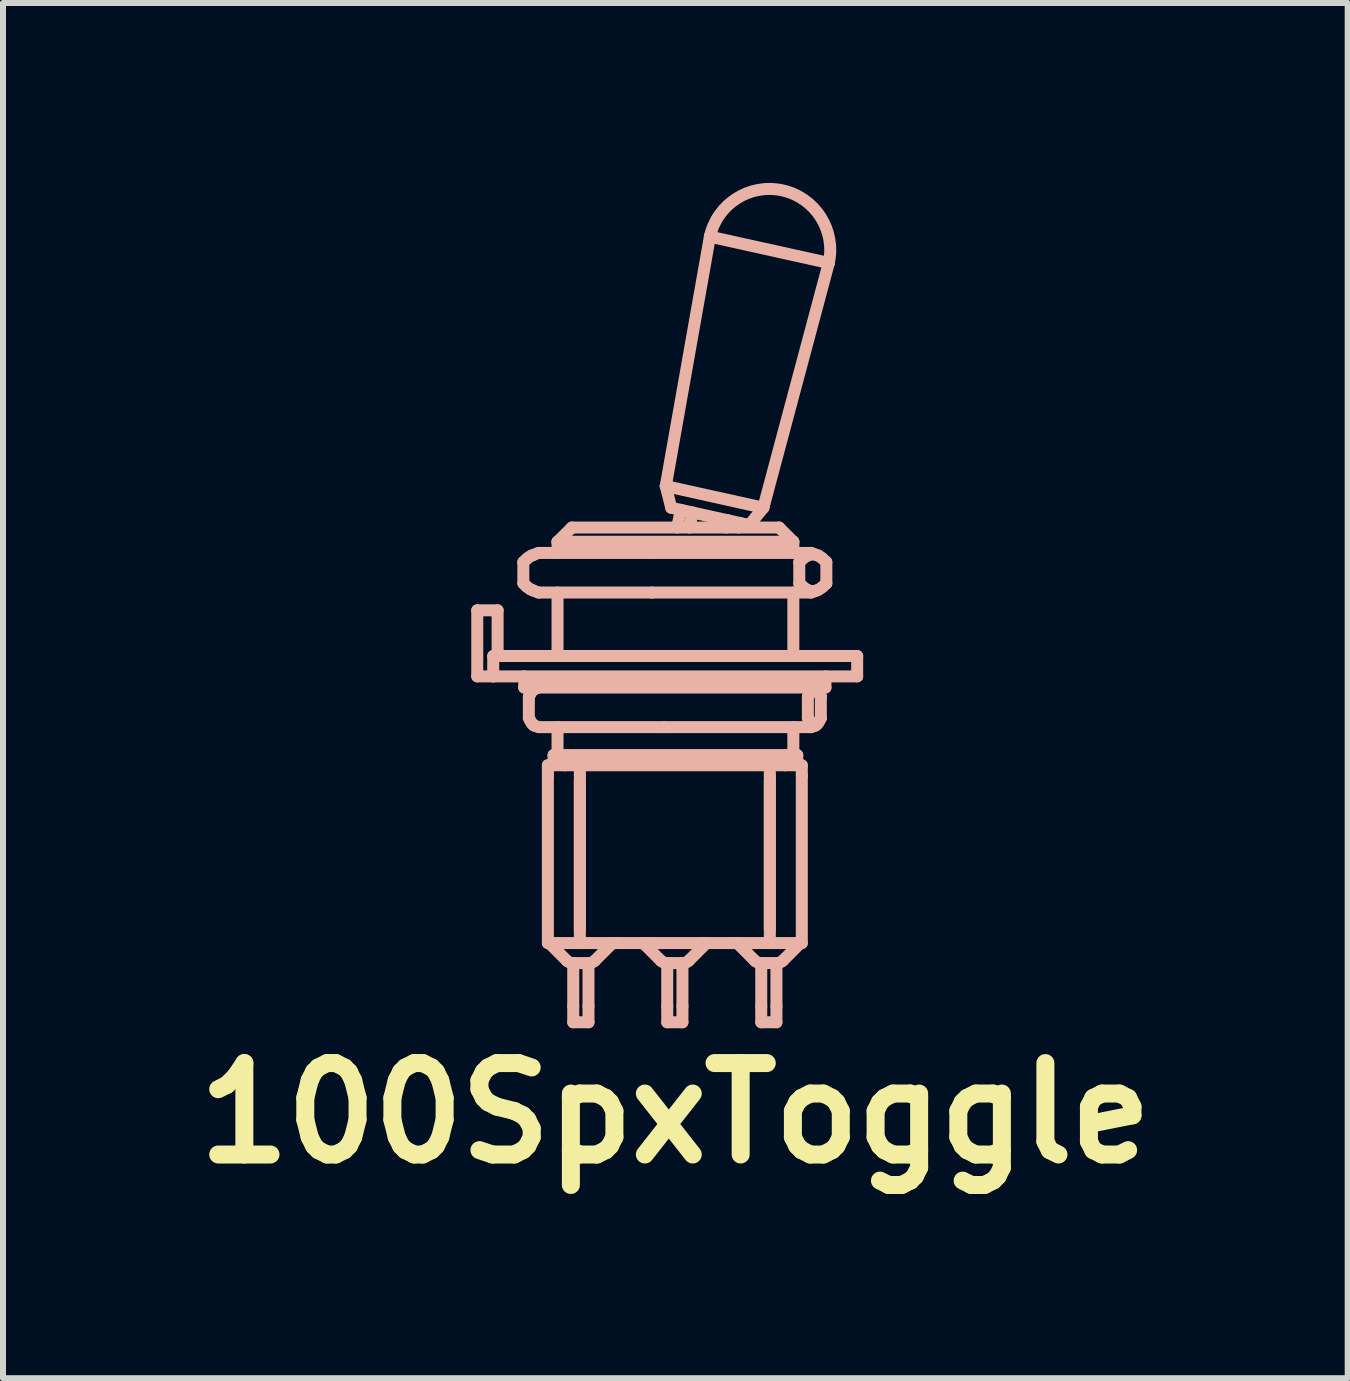
<source format=kicad_pcb>
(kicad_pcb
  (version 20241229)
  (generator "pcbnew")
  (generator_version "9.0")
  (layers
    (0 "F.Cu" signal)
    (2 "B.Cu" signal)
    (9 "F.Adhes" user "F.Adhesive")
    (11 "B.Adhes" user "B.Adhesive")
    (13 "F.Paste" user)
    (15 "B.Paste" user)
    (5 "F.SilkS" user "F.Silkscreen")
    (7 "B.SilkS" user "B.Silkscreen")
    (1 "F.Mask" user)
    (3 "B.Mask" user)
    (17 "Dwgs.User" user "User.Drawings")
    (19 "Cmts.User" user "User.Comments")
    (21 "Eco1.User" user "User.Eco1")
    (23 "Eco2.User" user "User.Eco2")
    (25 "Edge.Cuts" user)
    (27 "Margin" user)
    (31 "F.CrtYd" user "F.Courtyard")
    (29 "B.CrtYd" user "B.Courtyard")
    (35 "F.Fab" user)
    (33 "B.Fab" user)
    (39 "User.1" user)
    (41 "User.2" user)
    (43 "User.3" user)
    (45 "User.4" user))
  (footprint "100SpxToggle"
    (layer "F.Cu")
    (at 8.716 8.394)
    (property "Reference" "100SpxToggle" (at -0.508 7.112 0) (layer "F.SilkS") (effects (font (size 1.524 1.524) (thickness 0.3))))
    (attr through_hole exclude_from_pos_files exclude_from_bom)
    (fp_line (start -3.81 -1.27) (end -3.81 -0.169) (stroke (width 0.2) (type solid)) (layer "B.SilkS"))
    (fp_line (start -3.81 -1.27) (end -3.471 -1.27) (stroke (width 0.2) (type solid)) (layer "B.SilkS"))
    (fp_line (start -3.81 -0.169) (end -3.544 -0.169) (stroke (width 0.2) (type solid)) (layer "B.SilkS"))
    (fp_line (start -3.544 -0.508) (end -3.544 -0.169) (stroke (width 0.2) (type solid)) (layer "B.SilkS"))
    (fp_line (start -3.544 -0.508) (end 2.523 -0.508) (stroke (width 0.2) (type solid)) (layer "B.SilkS"))
    (fp_line (start -3.544 -0.169) (end 2.523 -0.169) (stroke (width 0.2) (type solid)) (layer "B.SilkS"))
    (fp_line (start -3.471 -1.27) (end -3.471 -0.508) (stroke (width 0.2) (type solid)) (layer "B.SilkS"))
    (fp_line (start -3.042 -2.073) (end -3.042 -1.72) (stroke (width 0.2) (type solid)) (layer "B.SilkS"))
    (fp_line (start -3.027 -0.169) (end -3.027 0.017) (stroke (width 0.2) (type solid)) (layer "B.SilkS"))
    (fp_line (start -3.027 0.017) (end 1.994 0.017) (stroke (width 0.2) (type solid)) (layer "B.SilkS"))
    (fp_line (start -2.95 0.171) (end -2.95 0.523) (stroke (width 0.2) (type solid)) (layer "B.SilkS"))
    (fp_line (start -2.882 -1.601) (end -2.787 -1.566) (stroke (width 0.2) (type solid)) (layer "B.SilkS"))
    (fp_line (start -2.857 0.652) (end -2.787 0.677) (stroke (width 0.2) (type solid)) (layer "B.SilkS"))
    (fp_line (start -2.787 -2.227) (end -2.882 -2.192) (stroke (width 0.2) (type solid)) (layer "B.SilkS"))
    (fp_line (start -2.787 0.017) (end -2.857 0.042) (stroke (width 0.2) (type solid)) (layer "B.SilkS"))
    (fp_line (start -2.633 1.483) (end -2.633 1.313) (stroke (width 0.2) (type solid)) (layer "B.SilkS"))
    (fp_line (start -2.633 4.277) (end -2.633 1.483) (stroke (width 0.2) (type solid)) (layer "B.SilkS"))
    (fp_line (start -2.633 4.277) (end -2.1 4.277) (stroke (width 0.2) (type solid)) (layer "B.SilkS"))
    (fp_line (start -2.538 1.143) (end 1.524 1.143) (stroke (width 0.2) (type solid)) (layer "B.SilkS"))
    (fp_line (start -2.538 1.313) (end -2.538 1.143) (stroke (width 0.2) (type solid)) (layer "B.SilkS"))
    (fp_line (start -2.472 -2.413) (end -2.472 -2.227) (stroke (width 0.2) (type solid)) (layer "B.SilkS"))
    (fp_line (start -2.472 -2.413) (end -2.233 -2.65) (stroke (width 0.2) (type solid)) (layer "B.SilkS"))
    (fp_line (start -2.472 -1.566) (end -2.472 -0.508) (stroke (width 0.2) (type solid)) (layer "B.SilkS"))
    (fp_line (start -2.472 0.677) (end -2.472 1.143) (stroke (width 0.2) (type solid)) (layer "B.SilkS"))
    (fp_line (start -2.352 1.313) (end -2.633 1.313) (stroke (width 0.2) (type solid)) (layer "B.SilkS"))
    (fp_line (start -2.352 1.313) (end 1.319 1.313) (stroke (width 0.2) (type solid)) (layer "B.SilkS"))
    (fp_line (start -2.316 4.571) (end -2.61 4.277) (stroke (width 0.2) (type solid)) (layer "B.SilkS"))
    (fp_line (start -2.221 4.61) (end -1.945 4.61) (stroke (width 0.2) (type solid)) (layer "B.SilkS"))
    (fp_line (start -2.21 5.33) (end -2.21 4.61) (stroke (width 0.2) (type solid)) (layer "B.SilkS"))
    (fp_line (start -2.21 5.597) (end -2.21 5.33) (stroke (width 0.2) (type solid)) (layer "B.SilkS"))
    (fp_line (start -2.21 5.597) (end -1.956 5.597) (stroke (width 0.2) (type solid)) (layer "B.SilkS"))
    (fp_line (start -2.1 1.313) (end -2.1 1.483) (stroke (width 0.2) (type solid)) (layer "B.SilkS"))
    (fp_line (start -2.1 1.483) (end -2.1 4.277) (stroke (width 0.2) (type solid)) (layer "B.SilkS"))
    (fp_line (start -2.1 4.043) (end -2.1 1.567) (stroke (width 0.2) (type solid)) (layer "B.SilkS"))
    (fp_line (start -2.1 4.277) (end -1.533 4.277) (stroke (width 0.2) (type solid)) (layer "B.SilkS"))
    (fp_line (start -1.956 4.61) (end -1.956 5.33) (stroke (width 0.2) (type solid)) (layer "B.SilkS"))
    (fp_line (start -1.956 5.33) (end -1.956 5.597) (stroke (width 0.2) (type solid)) (layer "B.SilkS"))
    (fp_line (start -1.556 4.277) (end -1.851 4.571) (stroke (width 0.2) (type solid)) (layer "B.SilkS"))
    (fp_line (start -1.533 4.277) (end -1.471 4.277) (stroke (width 0.2) (type solid)) (layer "B.SilkS"))
    (fp_line (start -1.471 4.277) (end -1.043 4.277) (stroke (width 0.2) (type solid)) (layer "B.SilkS"))
    (fp_line (start -1.001 4.277) (end -1.043 4.277) (stroke (width 0.2) (type solid)) (layer "B.SilkS"))
    (fp_line (start -1.001 4.277) (end -0.95 4.277) (stroke (width 0.2) (type solid)) (layer "B.SilkS"))
    (fp_line (start -0.95 4.277) (end -0.083 4.277) (stroke (width 0.2) (type solid)) (layer "B.SilkS"))
    (fp_line (start -0.897 -2.227) (end -2.787 -2.227) (stroke (width 0.2) (type solid)) (layer "B.SilkS"))
    (fp_line (start -0.897 -1.566) (end -2.787 -1.566) (stroke (width 0.2) (type solid)) (layer "B.SilkS"))
    (fp_line (start -0.749 4.571) (end -1.043 4.277) (stroke (width 0.2) (type solid)) (layer "B.SilkS"))
    (fp_line (start -0.699 0.677) (end -2.787 0.677) (stroke (width 0.2) (type solid)) (layer "B.SilkS"))
    (fp_line (start -0.668 -3.341) (end -0.577 -2.98) (stroke (width 0.2) (type solid)) (layer "B.SilkS"))
    (fp_line (start -0.668 -3.341) (end 0.959 -2.98) (stroke (width 0.2) (type solid)) (layer "B.SilkS"))
    (fp_line (start -0.655 4.61) (end -0.378 4.61) (stroke (width 0.2) (type solid)) (layer "B.SilkS"))
    (fp_line (start -0.643 5.33) (end -0.643 4.61) (stroke (width 0.2) (type solid)) (layer "B.SilkS"))
    (fp_line (start -0.643 5.597) (end -0.643 5.33) (stroke (width 0.2) (type solid)) (layer "B.SilkS"))
    (fp_line (start -0.643 5.597) (end -0.39 5.597) (stroke (width 0.2) (type solid)) (layer "B.SilkS"))
    (fp_line (start -0.577 -2.98) (end 0.725 -2.691) (stroke (width 0.2) (type solid)) (layer "B.SilkS"))
    (fp_line (start -0.414 -2.944) (end -0.48 -2.65) (stroke (width 0.2) (type solid)) (layer "B.SilkS"))
    (fp_line (start -0.39 4.61) (end -0.39 5.33) (stroke (width 0.2) (type solid)) (layer "B.SilkS"))
    (fp_line (start -0.39 5.33) (end -0.39 5.597) (stroke (width 0.2) (type solid)) (layer "B.SilkS"))
    (fp_line (start -0.219 -2.9) (end -0.275 -2.65) (stroke (width 0.2) (type solid)) (layer "B.SilkS"))
    (fp_line (start -0.032 4.277) (end -0.083 4.277) (stroke (width 0.2) (type solid)) (layer "B.SilkS"))
    (fp_line (start 0.01 4.277) (end -0.284 4.571) (stroke (width 0.2) (type solid)) (layer "B.SilkS"))
    (fp_line (start 0.01 4.277) (end -0.032 4.277) (stroke (width 0.2) (type solid)) (layer "B.SilkS"))
    (fp_line (start 0.01 4.277) (end 0.438 4.277) (stroke (width 0.2) (type solid)) (layer "B.SilkS"))
    (fp_line (start 0.068 -7.499) (end -0.668 -3.341) (stroke (width 0.2) (type solid)) (layer "B.SilkS"))
    (fp_line (start 0.34 -2.65) (end 0.367 -2.771) (stroke (width 0.2) (type solid)) (layer "B.SilkS"))
    (fp_line (start 0.5 4.277) (end 0.438 4.277) (stroke (width 0.2) (type solid)) (layer "B.SilkS"))
    (fp_line (start 0.5 4.277) (end 1.067 4.277) (stroke (width 0.2) (type solid)) (layer "B.SilkS"))
    (fp_line (start 0.545 -2.65) (end 0.562 -2.727) (stroke (width 0.2) (type solid)) (layer "B.SilkS"))
    (fp_line (start 0.725 -2.691) (end 0.959 -2.98) (stroke (width 0.2) (type solid)) (layer "B.SilkS"))
    (fp_line (start 0.818 4.571) (end 0.524 4.277) (stroke (width 0.2) (type solid)) (layer "B.SilkS"))
    (fp_line (start 0.912 4.61) (end 1.188 4.61) (stroke (width 0.2) (type solid)) (layer "B.SilkS"))
    (fp_line (start 0.924 5.33) (end 0.924 4.61) (stroke (width 0.2) (type solid)) (layer "B.SilkS"))
    (fp_line (start 0.924 5.597) (end 0.924 5.33) (stroke (width 0.2) (type solid)) (layer "B.SilkS"))
    (fp_line (start 0.924 5.597) (end 1.177 5.597) (stroke (width 0.2) (type solid)) (layer "B.SilkS"))
    (fp_line (start 0.959 -2.98) (end 2.05 -7.06) (stroke (width 0.2) (type solid)) (layer "B.SilkS"))
    (fp_line (start 1.067 1.483) (end 1.067 1.313) (stroke (width 0.2) (type solid)) (layer "B.SilkS"))
    (fp_line (start 1.067 4.043) (end 1.067 1.567) (stroke (width 0.2) (type solid)) (layer "B.SilkS"))
    (fp_line (start 1.067 4.277) (end 1.067 1.483) (stroke (width 0.2) (type solid)) (layer "B.SilkS"))
    (fp_line (start 1.067 4.277) (end 1.6 4.277) (stroke (width 0.2) (type solid)) (layer "B.SilkS"))
    (fp_line (start 1.177 4.61) (end 1.177 5.33) (stroke (width 0.2) (type solid)) (layer "B.SilkS"))
    (fp_line (start 1.177 5.33) (end 1.177 5.597) (stroke (width 0.2) (type solid)) (layer "B.SilkS"))
    (fp_line (start 1.222 -2.65) (end -2.233 -2.65) (stroke (width 0.2) (type solid)) (layer "B.SilkS"))
    (fp_line (start 1.459 -2.413) (end -2.472 -2.413) (stroke (width 0.2) (type solid)) (layer "B.SilkS"))
    (fp_line (start 1.459 -2.413) (end 1.222 -2.65) (stroke (width 0.2) (type solid)) (layer "B.SilkS"))
    (fp_line (start 1.459 -2.227) (end 1.459 -2.413) (stroke (width 0.2) (type solid)) (layer "B.SilkS"))
    (fp_line (start 1.459 -0.508) (end 1.459 -1.566) (stroke (width 0.2) (type solid)) (layer "B.SilkS"))
    (fp_line (start 1.459 1.143) (end 1.459 0.677) (stroke (width 0.2) (type solid)) (layer "B.SilkS"))
    (fp_line (start 1.524 1.313) (end 1.524 1.143) (stroke (width 0.2) (type solid)) (layer "B.SilkS"))
    (fp_line (start 1.558 -2.073) (end 1.558 -1.72) (stroke (width 0.2) (type solid)) (layer "B.SilkS"))
    (fp_line (start 1.577 4.277) (end 1.283 4.571) (stroke (width 0.2) (type solid)) (layer "B.SilkS"))
    (fp_line (start 1.6 1.313) (end 1.319 1.313) (stroke (width 0.2) (type solid)) (layer "B.SilkS"))
    (fp_line (start 1.6 1.483) (end 1.6 1.313) (stroke (width 0.2) (type solid)) (layer "B.SilkS"))
    (fp_line (start 1.6 4.277) (end 1.6 1.483) (stroke (width 0.2) (type solid)) (layer "B.SilkS"))
    (fp_line (start 1.701 0.171) (end 1.701 0.523) (stroke (width 0.2) (type solid)) (layer "B.SilkS"))
    (fp_line (start 1.754 -2.227) (end -0.897 -2.227) (stroke (width 0.2) (type solid)) (layer "B.SilkS"))
    (fp_line (start 1.754 -1.566) (end -0.897 -1.566) (stroke (width 0.2) (type solid)) (layer "B.SilkS"))
    (fp_line (start 1.754 -1.566) (end 1.85 -1.601) (stroke (width 0.2) (type solid)) (layer "B.SilkS"))
    (fp_line (start 1.754 0.677) (end -0.699 0.677) (stroke (width 0.2) (type solid)) (layer "B.SilkS"))
    (fp_line (start 1.754 0.677) (end 1.824 0.652) (stroke (width 0.2) (type solid)) (layer "B.SilkS"))
    (fp_line (start 1.824 0.042) (end 1.754 0.017) (stroke (width 0.2) (type solid)) (layer "B.SilkS"))
    (fp_line (start 1.85 -2.192) (end 1.754 -2.227) (stroke (width 0.2) (type solid)) (layer "B.SilkS"))
    (fp_line (start 1.917 0.171) (end 1.917 0.523) (stroke (width 0.2) (type solid)) (layer "B.SilkS"))
    (fp_line (start 1.994 0.017) (end 1.994 -0.169) (stroke (width 0.2) (type solid)) (layer "B.SilkS"))
    (fp_line (start 2.009 -2.073) (end 2.009 -1.72) (stroke (width 0.2) (type solid)) (layer "B.SilkS"))
    (fp_line (start 2.05 -7.06) (end 0.068 -7.499) (stroke (width 0.2) (type solid)) (layer "B.SilkS"))
    (fp_line (start 2.523 -0.169) (end 2.523 -0.508) (stroke (width 0.2) (type solid)) (layer "B.SilkS"))
    (fp_arc (start -2.221238 4.609933) (mid -2.272262 4.599784) (end -2.315519 4.570881) (stroke (width 0.2) (type solid)) (layer "B.SilkS"))
    (fp_arc (start -1.850748 4.570881) (mid -1.894004 4.599784) (end -1.945029 4.609934) (stroke (width 0.2) (type solid)) (layer "B.SilkS"))
    (fp_arc (start -0.654572 4.609933) (mid -0.705596 4.599784) (end -0.748853 4.570881) (stroke (width 0.2) (type solid)) (layer "B.SilkS"))
    (fp_arc (start -0.284081 4.570881) (mid -0.327337 4.599784) (end -0.378362 4.609934) (stroke (width 0.2) (type solid)) (layer "B.SilkS"))
    (fp_arc (start 0.067913 -7.498893) (mid 1.278539 -8.270147) (end 2.049793 -7.059521) (stroke (width 0.2) (type solid)) (layer "B.SilkS"))
    (fp_arc (start 0.912095 4.609933) (mid 0.861072 4.599782) (end 0.817814 4.570881) (stroke (width 0.2) (type solid)) (layer "B.SilkS"))
    (fp_arc (start 1.282586 4.570881) (mid 1.23933 4.599786) (end 1.188305 4.609934) (stroke (width 0.2) (type solid)) (layer "B.SilkS"))
    (fp_curve (pts (xy -3.042 -1.72) (xy -3.023 -1.701) (xy -3.004 -1.682) (xy -2.985 -1.665)) (stroke (width 0.2) (type solid)) (layer "B.SilkS"))
    (fp_curve (pts (xy -2.985 -2.128) (xy -3.004 -2.111) (xy -3.023 -2.092) (xy -3.042 -2.073)) (stroke (width 0.2) (type solid)) (layer "B.SilkS"))
    (fp_curve (pts (xy -2.985 -1.665) (xy -2.964 -1.646) (xy -2.942 -1.63) (xy -2.921 -1.619)) (stroke (width 0.2) (type solid)) (layer "B.SilkS"))
    (fp_curve (pts (xy -2.95 0.523) (xy -2.94 0.543) (xy -2.931 0.562) (xy -2.922 0.579)) (stroke (width 0.2) (type solid)) (layer "B.SilkS"))
    (fp_curve (pts (xy -2.922 0.115) (xy -2.931 0.132) (xy -2.94 0.151) (xy -2.95 0.171)) (stroke (width 0.2) (type solid)) (layer "B.SilkS"))
    (fp_curve (pts (xy -2.922 0.579) (xy -2.912 0.597) (xy -2.902 0.612) (xy -2.892 0.624)) (stroke (width 0.2) (type solid)) (layer "B.SilkS"))
    (fp_curve (pts (xy -2.921 -1.619) (xy -2.908 -1.613) (xy -2.895 -1.609) (xy -2.882 -1.604)) (stroke (width 0.2) (type solid)) (layer "B.SilkS"))
    (fp_curve (pts (xy -2.919 -2.175) (xy -2.941 -2.164) (xy -2.963 -2.148) (xy -2.985 -2.128)) (stroke (width 0.2) (type solid)) (layer "B.SilkS"))
    (fp_curve (pts (xy -2.892 0.624) (xy -2.882 0.637) (xy -2.871 0.648) (xy -2.861 0.65)) (stroke (width 0.2) (type solid)) (layer "B.SilkS"))
    (fp_curve (pts (xy -2.891 0.069) (xy -2.901 0.082) (xy -2.912 0.097) (xy -2.922 0.115)) (stroke (width 0.2) (type solid)) (layer "B.SilkS"))
    (fp_curve (pts (xy -2.882 -2.189) (xy -2.895 -2.185) (xy -2.907 -2.18) (xy -2.919 -2.175)) (stroke (width 0.2) (type solid)) (layer "B.SilkS"))
    (fp_curve (pts (xy -2.861 0.65) (xy -2.86 0.65) (xy -2.858 0.65) (xy -2.857 0.65)) (stroke (width 0.2) (type solid)) (layer "B.SilkS"))
    (fp_curve (pts (xy -2.859 0.044) (xy -2.87 0.045) (xy -2.88 0.056) (xy -2.891 0.069)) (stroke (width 0.2) (type solid)) (layer "B.SilkS"))
    (fp_curve (pts (xy -2.857 0.044) (xy -2.858 0.044) (xy -2.858 0.044) (xy -2.859 0.044)) (stroke (width 0.2) (type solid)) (layer "B.SilkS"))
    (fp_curve (pts (xy 1.558 -2.073) (xy 1.577 -2.092) (xy 1.596 -2.112) (xy 1.615 -2.128)) (stroke (width 0.2) (type solid)) (layer "B.SilkS"))
    (fp_curve (pts (xy 1.615 -2.128) (xy 1.636 -2.147) (xy 1.657 -2.162) (xy 1.678 -2.174)) (stroke (width 0.2) (type solid)) (layer "B.SilkS"))
    (fp_curve (pts (xy 1.615 -1.665) (xy 1.596 -1.681) (xy 1.577 -1.701) (xy 1.558 -1.72)) (stroke (width 0.2) (type solid)) (layer "B.SilkS"))
    (fp_curve (pts (xy 1.678 -2.174) (xy 1.7 -2.185) (xy 1.721 -2.194) (xy 1.742 -2.199)) (stroke (width 0.2) (type solid)) (layer "B.SilkS"))
    (fp_curve (pts (xy 1.68 -1.619) (xy 1.658 -1.63) (xy 1.636 -1.646) (xy 1.615 -1.665)) (stroke (width 0.2) (type solid)) (layer "B.SilkS"))
    (fp_curve (pts (xy 1.701 0.171) (xy 1.71 0.152) (xy 1.719 0.132) (xy 1.728 0.115)) (stroke (width 0.2) (type solid)) (layer "B.SilkS"))
    (fp_curve (pts (xy 1.728 0.115) (xy 1.738 0.097) (xy 1.748 0.082) (xy 1.758 0.07)) (stroke (width 0.2) (type solid)) (layer "B.SilkS"))
    (fp_curve (pts (xy 1.728 0.579) (xy 1.719 0.562) (xy 1.71 0.543) (xy 1.701 0.523)) (stroke (width 0.2) (type solid)) (layer "B.SilkS"))
    (fp_curve (pts (xy 1.742 -2.199) (xy 1.764 -2.204) (xy 1.785 -2.205) (xy 1.806 -2.203)) (stroke (width 0.2) (type solid)) (layer "B.SilkS"))
    (fp_curve (pts (xy 1.746 -1.593) (xy 1.724 -1.598) (xy 1.702 -1.607) (xy 1.68 -1.619)) (stroke (width 0.2) (type solid)) (layer "B.SilkS"))
    (fp_curve (pts (xy 1.758 0.07) (xy 1.769 0.058) (xy 1.779 0.05) (xy 1.789 0.045)) (stroke (width 0.2) (type solid)) (layer "B.SilkS"))
    (fp_curve (pts (xy 1.759 0.625) (xy 1.749 0.613) (xy 1.738 0.598) (xy 1.728 0.579)) (stroke (width 0.2) (type solid)) (layer "B.SilkS"))
    (fp_curve (pts (xy 1.789 0.045) (xy 1.799 0.04) (xy 1.809 0.038) (xy 1.82 0.041)) (stroke (width 0.2) (type solid)) (layer "B.SilkS"))
    (fp_curve (pts (xy 1.791 0.65) (xy 1.78 0.646) (xy 1.77 0.637) (xy 1.759 0.625)) (stroke (width 0.2) (type solid)) (layer "B.SilkS"))
    (fp_curve (pts (xy 1.806 -2.203) (xy 1.828 -2.2) (xy 1.85 -2.193) (xy 1.872 -2.182)) (stroke (width 0.2) (type solid)) (layer "B.SilkS"))
    (fp_curve (pts (xy 1.812 -1.591) (xy 1.79 -1.588) (xy 1.768 -1.589) (xy 1.746 -1.593)) (stroke (width 0.2) (type solid)) (layer "B.SilkS"))
    (fp_curve (pts (xy 1.82 0.041) (xy 1.83 0.044) (xy 1.841 0.051) (xy 1.851 0.062)) (stroke (width 0.2) (type solid)) (layer "B.SilkS"))
    (fp_curve (pts (xy 1.822 0.652) (xy 1.812 0.656) (xy 1.801 0.655) (xy 1.791 0.65)) (stroke (width 0.2) (type solid)) (layer "B.SilkS"))
    (fp_curve (pts (xy 1.851 0.062) (xy 1.862 0.072) (xy 1.872 0.087) (xy 1.883 0.104)) (stroke (width 0.2) (type solid)) (layer "B.SilkS"))
    (fp_curve (pts (xy 1.853 0.631) (xy 1.843 0.642) (xy 1.832 0.649) (xy 1.822 0.652)) (stroke (width 0.2) (type solid)) (layer "B.SilkS"))
    (fp_curve (pts (xy 1.872 -2.182) (xy 1.894 -2.171) (xy 1.916 -2.157) (xy 1.938 -2.14)) (stroke (width 0.2) (type solid)) (layer "B.SilkS"))
    (fp_curve (pts (xy 1.876 -1.613) (xy 1.854 -1.602) (xy 1.833 -1.595) (xy 1.812 -1.591)) (stroke (width 0.2) (type solid)) (layer "B.SilkS"))
    (fp_curve (pts (xy 1.883 0.104) (xy 1.893 0.121) (xy 1.903 0.142) (xy 1.914 0.165)) (stroke (width 0.2) (type solid)) (layer "B.SilkS"))
    (fp_curve (pts (xy 1.883 0.589) (xy 1.873 0.606) (xy 1.863 0.62) (xy 1.853 0.631)) (stroke (width 0.2) (type solid)) (layer "B.SilkS"))
    (fp_curve (pts (xy 1.914 0.165) (xy 1.915 0.167) (xy 1.916 0.169) (xy 1.917 0.171)) (stroke (width 0.2) (type solid)) (layer "B.SilkS"))
    (fp_curve (pts (xy 1.914 0.53) (xy 1.904 0.552) (xy 1.894 0.572) (xy 1.883 0.589)) (stroke (width 0.2) (type solid)) (layer "B.SilkS"))
    (fp_curve (pts (xy 1.917 0.523) (xy 1.916 0.525) (xy 1.915 0.527) (xy 1.914 0.53)) (stroke (width 0.2) (type solid)) (layer "B.SilkS"))
    (fp_curve (pts (xy 1.938 -2.14) (xy 1.959 -2.122) (xy 1.981 -2.102) (xy 2.003 -2.079)) (stroke (width 0.2) (type solid)) (layer "B.SilkS"))
    (fp_curve (pts (xy 1.939 -1.655) (xy 1.918 -1.638) (xy 1.897 -1.623) (xy 1.876 -1.613)) (stroke (width 0.2) (type solid)) (layer "B.SilkS"))
    (fp_curve (pts (xy 2.003 -2.079) (xy 2.005 -2.077) (xy 2.007 -2.075) (xy 2.009 -2.073)) (stroke (width 0.2) (type solid)) (layer "B.SilkS"))
    (fp_curve (pts (xy 2.003 -1.714) (xy 1.982 -1.692) (xy 1.961 -1.672) (xy 1.939 -1.655)) (stroke (width 0.2) (type solid)) (layer "B.SilkS"))
    (fp_curve (pts (xy 2.009 -1.72) (xy 2.007 -1.718) (xy 2.005 -1.716) (xy 2.003 -1.714)) (stroke (width 0.2) (type solid)) (layer "B.SilkS")))
  (gr_rect
    (start -3 -3)
    (end 19.416 19.924)
    (stroke (width 0.1) (type default))
    (fill no)
    (layer "Edge.Cuts")))
</source>
